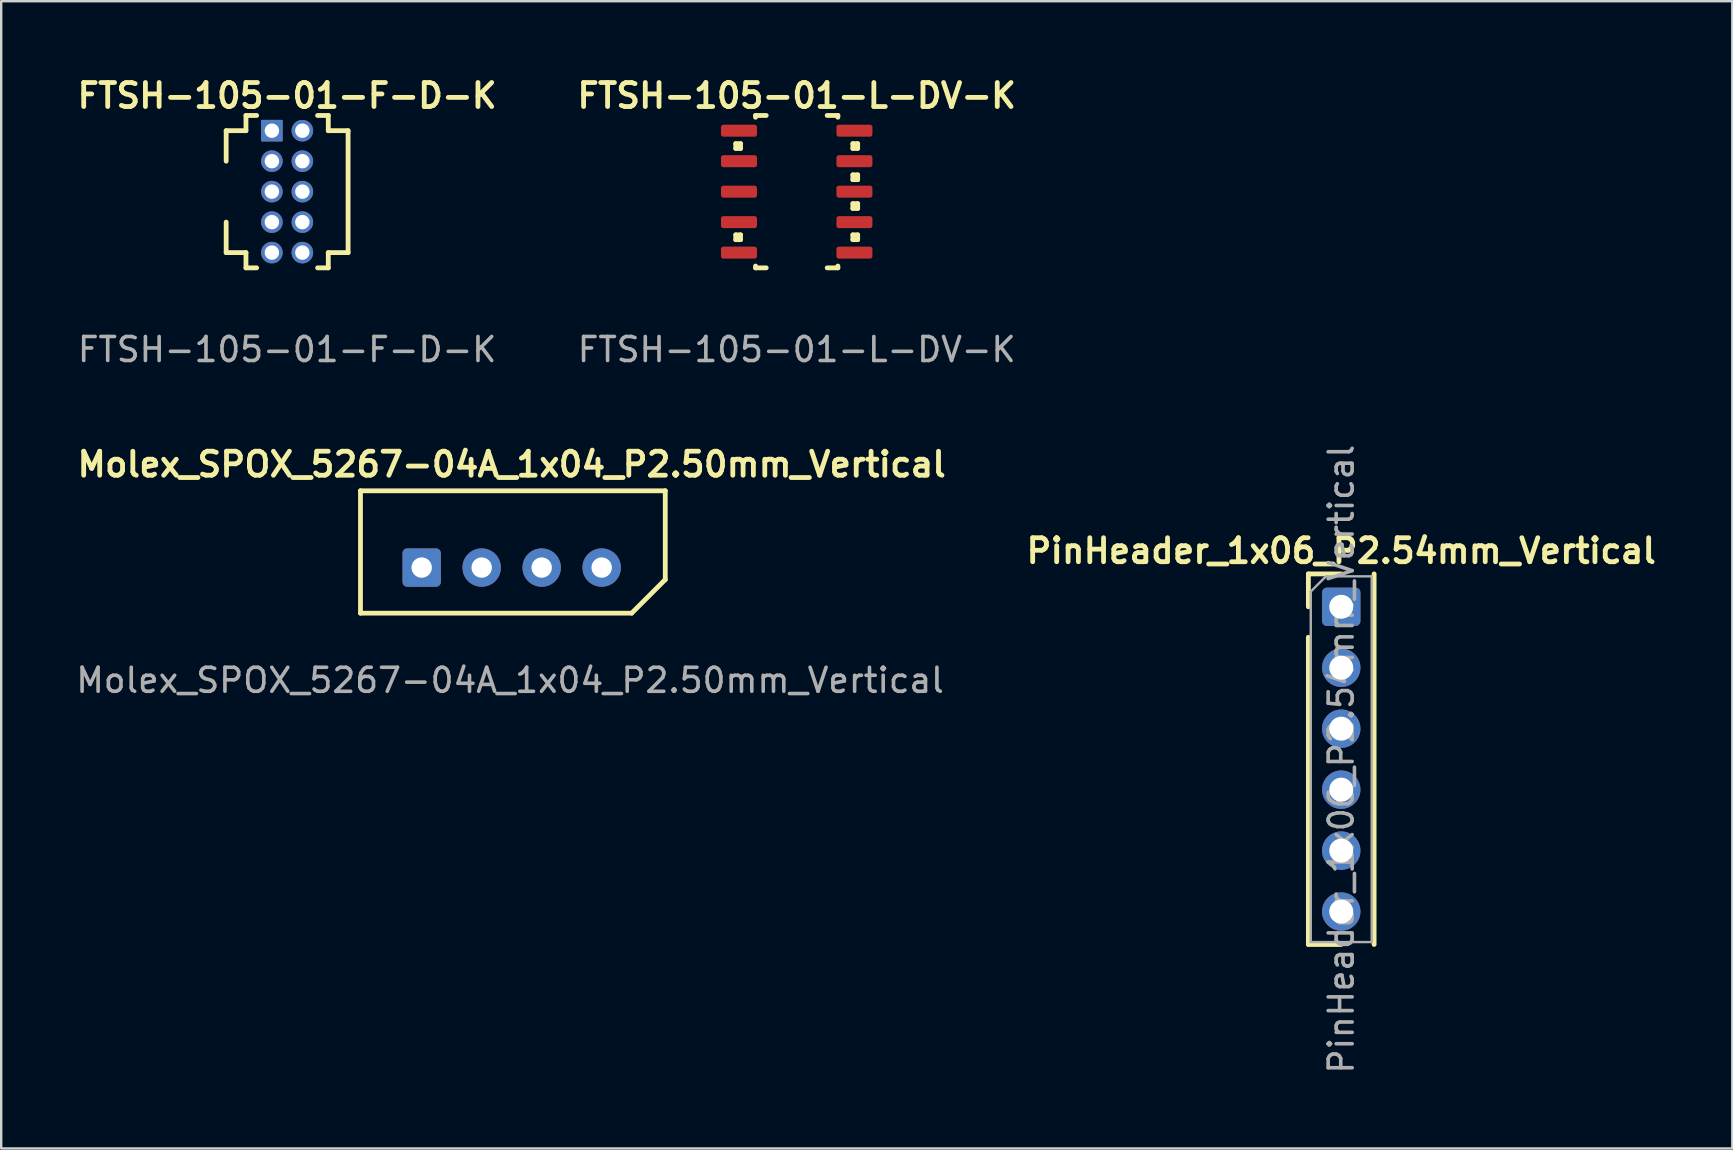
<source format=kicad_pcb>
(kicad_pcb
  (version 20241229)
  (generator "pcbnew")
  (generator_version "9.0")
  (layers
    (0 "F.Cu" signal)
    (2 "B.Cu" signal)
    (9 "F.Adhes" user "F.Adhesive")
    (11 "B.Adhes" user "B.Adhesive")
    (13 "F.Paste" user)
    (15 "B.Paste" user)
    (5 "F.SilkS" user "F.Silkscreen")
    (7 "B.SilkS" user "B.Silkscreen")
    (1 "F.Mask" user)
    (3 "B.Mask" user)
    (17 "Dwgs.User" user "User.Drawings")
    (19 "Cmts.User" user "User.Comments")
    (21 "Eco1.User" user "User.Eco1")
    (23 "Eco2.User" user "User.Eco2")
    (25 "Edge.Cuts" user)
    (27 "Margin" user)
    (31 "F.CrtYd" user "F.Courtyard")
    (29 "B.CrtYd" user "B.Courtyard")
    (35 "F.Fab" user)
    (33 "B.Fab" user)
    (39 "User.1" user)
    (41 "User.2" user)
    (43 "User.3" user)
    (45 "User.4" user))
  (footprint "FTSH-105-01-F-D-K"
    (layer "F.Cu")
    (at 8.914 4.936)
    (property "Reference" "FTSH-105-01-F-D-K" (at 0 -4 0) (unlocked yes) (layer "F.SilkS") (effects (font (size 1 1) (thickness 0.2) (bold yes))))
    (attr through_hole)
    (fp_line (start -2.54 -2.54) (end -2.54 -1.27) (stroke (width 0.2) (type default)) (layer "F.SilkS"))
    (fp_line (start -2.54 1.27) (end -2.54 2.54) (stroke (width 0.2) (type default)) (layer "F.SilkS"))
    (fp_line (start -1.715 -3.175) (end -1.715 -2.54) (stroke (width 0.2) (type default)) (layer "F.SilkS"))
    (fp_line (start -1.715 -2.54) (end -2.54 -2.54) (stroke (width 0.2) (type default)) (layer "F.SilkS"))
    (fp_line (start -1.715 2.54) (end -2.54 2.54) (stroke (width 0.2) (type default)) (layer "F.SilkS"))
    (fp_line (start -1.715 3.175) (end -1.715 2.54) (stroke (width 0.2) (type default)) (layer "F.SilkS"))
    (fp_line (start -1.27 -3.175) (end -1.715 -3.175) (stroke (width 0.2) (type default)) (layer "F.SilkS"))
    (fp_line (start -1.27 3.175) (end -1.715 3.175) (stroke (width 0.2) (type default)) (layer "F.SilkS"))
    (fp_line (start 1.27 -3.175) (end 1.715 -3.175) (stroke (width 0.2) (type default)) (layer "F.SilkS"))
    (fp_line (start 1.27 3.175) (end 1.715 3.175) (stroke (width 0.2) (type default)) (layer "F.SilkS"))
    (fp_line (start 1.715 -3.175) (end 1.715 -2.54) (stroke (width 0.2) (type default)) (layer "F.SilkS"))
    (fp_line (start 1.715 -2.54) (end 2.54 -2.54) (stroke (width 0.2) (type default)) (layer "F.SilkS"))
    (fp_line (start 1.715 2.54) (end 2.54 2.54) (stroke (width 0.2) (type default)) (layer "F.SilkS"))
    (fp_line (start 1.715 3.175) (end 1.715 2.54) (stroke (width 0.2) (type default)) (layer "F.SilkS"))
    (fp_line (start 2.54 -2.54) (end 2.54 2.54) (stroke (width 0.2) (type default)) (layer "F.SilkS"))
    (fp_text user "${REFERENCE}" (at 0 6.58 0) (unlocked yes) (layer "F.Fab") (effects (font (size 1 1) (thickness 0.15))))
    (pad "1" thru_hole roundrect (at -0.635 -2.54) (size 0.9 0.9) (drill 0.6) (layers "*.Cu" "*.Mask") (roundrect_rratio 0.05))
    (pad "2" thru_hole circle (at 0.635 -2.54) (size 0.9 0.9) (drill 0.6) (layers "*.Cu" "*.Mask"))
    (pad "3" thru_hole circle (at -0.635 -1.27) (size 0.9 0.9) (drill 0.6) (layers "*.Cu" "*.Mask"))
    (pad "4" thru_hole circle (at 0.635 -1.27) (size 0.9 0.9) (drill 0.6) (layers "*.Cu" "*.Mask"))
    (pad "5" thru_hole circle (at -0.635 0) (size 0.9 0.9) (drill 0.6) (layers "*.Cu" "*.Mask"))
    (pad "6" thru_hole circle (at 0.635 0) (size 0.9 0.9) (drill 0.6) (layers "*.Cu" "*.Mask"))
    (pad "7" thru_hole circle (at -0.635 1.27) (size 0.9 0.9) (drill 0.6) (layers "*.Cu" "*.Mask"))
    (pad "8" thru_hole circle (at 0.635 1.27) (size 0.9 0.9) (drill 0.6) (layers "*.Cu" "*.Mask"))
    (pad "9" thru_hole circle (at -0.635 2.54) (size 0.9 0.9) (drill 0.6) (layers "*.Cu" "*.Mask"))
    (pad "10" thru_hole circle (at 0.635 2.54) (size 0.9 0.9) (drill 0.6) (layers "*.Cu" "*.Mask")))
  (footprint "Molex_SPOX_5267-04A_1x04_P2.50mm_Vertical"
    (layer "F.Cu")
    (at 14.521 20.6)
    (property "Reference" "Molex_SPOX_5267-04A_1x04_P2.50mm_Vertical" (at 3.75 -4.3 0) (layer "F.SilkS") (effects (font (size 1 1) (thickness 0.2) (bold yes))))
    (attr through_hole)
    (fp_line (start -2.55 -3.2) (end 10.15 -3.2) (stroke (width 0.2) (type solid)) (layer "F.SilkS"))
    (fp_line (start -2.55 1.9) (end -2.55 -3.2) (stroke (width 0.2) (type solid)) (layer "F.SilkS"))
    (fp_line (start 8.75 1.9) (end -2.55 1.9) (stroke (width 0.2) (type solid)) (layer "F.SilkS"))
    (fp_line (start 10.15 0.5) (end 8.75 1.9) (stroke (width 0.2) (type solid)) (layer "F.SilkS"))
    (fp_line (start 10.15 0.5) (end 10.15 -3.2) (stroke (width 0.2) (type solid)) (layer "F.SilkS"))
    (fp_line (start -2.35 -3) (end -2.35 1.7) (stroke (width 0.2) (type default)) (layer "User.1"))
    (fp_line (start -2.35 -3) (end 9.95 -3) (stroke (width 0.2) (type default)) (layer "User.1"))
    (fp_text user "${REFERENCE}" (at 3.683 4.699 0) (layer "F.Fab") (effects (font (size 1 1) (thickness 0.15))))
    (pad "1" thru_hole roundrect (at 0 0) (size 1.6 1.6) (drill 0.85) (layers "*.Cu" "*.Mask") (roundrect_rratio 0.125))
    (pad "2" thru_hole oval (at 2.5 0) (size 1.6 1.6) (drill 0.85) (layers "*.Cu" "*.Mask"))
    (pad "3" thru_hole oval (at 5 0) (size 1.6 1.6) (drill 0.85) (layers "*.Cu" "*.Mask"))
    (pad "4" thru_hole oval (at 7.5 0) (size 1.6 1.6) (drill 0.85) (layers "*.Cu" "*.Mask")))
  (footprint "FTSH-105-01-L-DV-K"
    (layer "F.Cu")
    (at 30.148 4.936)
    (property "Reference" "FTSH-105-01-L-DV-K" (at 0 -4 0) (unlocked yes) (layer "F.SilkS") (effects (font (size 1 1) (thickness 0.2) (bold yes))))
    (attr through_hole)
    (fp_line (start -2.54 -2) (end -2.54 -1.8) (stroke (width 0.2) (type default)) (layer "F.SilkS"))
    (fp_line (start -2.54 -2) (end -2.34 -2) (stroke (width 0.2) (type default)) (layer "F.SilkS"))
    (fp_line (start -2.54 -1.8) (end -2.34 -1.8) (stroke (width 0.2) (type default)) (layer "F.SilkS"))
    (fp_line (start -2.54 1.8) (end -2.54 2) (stroke (width 0.2) (type default)) (layer "F.SilkS"))
    (fp_line (start -2.54 1.8) (end -2.34 1.8) (stroke (width 0.2) (type default)) (layer "F.SilkS"))
    (fp_line (start -2.54 2) (end -2.34 2) (stroke (width 0.2) (type default)) (layer "F.SilkS"))
    (fp_line (start -2.34 -2) (end -2.34 -1.8) (stroke (width 0.2) (type default)) (layer "F.SilkS"))
    (fp_line (start -2.34 1.8) (end -2.34 2) (stroke (width 0.2) (type default)) (layer "F.SilkS"))
    (fp_line (start -1.715 -3.175) (end -1.715 -3.1) (stroke (width 0.2) (type default)) (layer "F.SilkS"))
    (fp_line (start -1.715 3.175) (end -1.715 3.1) (stroke (width 0.2) (type default)) (layer "F.SilkS"))
    (fp_line (start -1.27 -3.175) (end -1.715 -3.175) (stroke (width 0.2) (type default)) (layer "F.SilkS"))
    (fp_line (start -1.27 3.175) (end -1.715 3.175) (stroke (width 0.2) (type default)) (layer "F.SilkS"))
    (fp_line (start 1.27 -3.175) (end 1.715 -3.175) (stroke (width 0.2) (type default)) (layer "F.SilkS"))
    (fp_line (start 1.27 3.175) (end 1.715 3.175) (stroke (width 0.2) (type default)) (layer "F.SilkS"))
    (fp_line (start 1.715 -3.175) (end 1.715 -3.1) (stroke (width 0.2) (type default)) (layer "F.SilkS"))
    (fp_line (start 1.715 3.175) (end 1.715 3.1) (stroke (width 0.2) (type default)) (layer "F.SilkS"))
    (fp_line (start 2.34 -2) (end 2.34 -1.8) (stroke (width 0.2) (type default)) (layer "F.SilkS"))
    (fp_line (start 2.34 -2) (end 2.54 -2) (stroke (width 0.2) (type default)) (layer "F.SilkS"))
    (fp_line (start 2.34 -1.8) (end 2.54 -1.8) (stroke (width 0.2) (type default)) (layer "F.SilkS"))
    (fp_line (start 2.34 -0.7) (end 2.34 -0.5) (stroke (width 0.2) (type default)) (layer "F.SilkS"))
    (fp_line (start 2.34 -0.7) (end 2.54 -0.7) (stroke (width 0.2) (type default)) (layer "F.SilkS"))
    (fp_line (start 2.34 -0.5) (end 2.54 -0.5) (stroke (width 0.2) (type default)) (layer "F.SilkS"))
    (fp_line (start 2.34 0.5) (end 2.34 0.7) (stroke (width 0.2) (type default)) (layer "F.SilkS"))
    (fp_line (start 2.34 0.5) (end 2.54 0.5) (stroke (width 0.2) (type default)) (layer "F.SilkS"))
    (fp_line (start 2.34 0.7) (end 2.54 0.7) (stroke (width 0.2) (type default)) (layer "F.SilkS"))
    (fp_line (start 2.34 1.8) (end 2.34 2) (stroke (width 0.2) (type default)) (layer "F.SilkS"))
    (fp_line (start 2.34 1.8) (end 2.54 1.8) (stroke (width 0.2) (type default)) (layer "F.SilkS"))
    (fp_line (start 2.34 2) (end 2.54 2) (stroke (width 0.2) (type default)) (layer "F.SilkS"))
    (fp_line (start 2.54 -2) (end 2.54 -1.8) (stroke (width 0.2) (type default)) (layer "F.SilkS"))
    (fp_line (start 2.54 -0.7) (end 2.54 -0.5) (stroke (width 0.2) (type default)) (layer "F.SilkS"))
    (fp_line (start 2.54 0.5) (end 2.54 0.7) (stroke (width 0.2) (type default)) (layer "F.SilkS"))
    (fp_line (start 2.54 1.8) (end 2.54 2) (stroke (width 0.2) (type default)) (layer "F.SilkS"))
    (fp_text user "${REFERENCE}" (at 0 6.58 0) (unlocked yes) (layer "F.Fab") (effects (font (size 1 1) (thickness 0.15))))
    (pad "1" smd roundrect (at -2.405 -2.54 90) (size 0.5 1.5) (layers "F.Cu" "F.Mask" "F.Paste") (roundrect_rratio 0.2))
    (pad "2" smd roundrect (at 2.405 -2.54 90) (size 0.5 1.5) (layers "F.Cu" "F.Mask" "F.Paste") (roundrect_rratio 0.2))
    (pad "3" smd roundrect (at -2.405 -1.27 90) (size 0.5 1.5) (layers "F.Cu" "F.Mask" "F.Paste") (roundrect_rratio 0.2))
    (pad "4" smd roundrect (at 2.405 -1.27 90) (size 0.5 1.5) (layers "F.Cu" "F.Mask" "F.Paste") (roundrect_rratio 0.2))
    (pad "5" smd roundrect (at -2.405 0 90) (size 0.5 1.5) (layers "F.Cu" "F.Mask" "F.Paste") (roundrect_rratio 0.2))
    (pad "6" smd roundrect (at 2.405 0 90) (size 0.5 1.5) (layers "F.Cu" "F.Mask" "F.Paste") (roundrect_rratio 0.2))
    (pad "7" smd roundrect (at -2.405 1.27 90) (size 0.5 1.5) (layers "F.Cu" "F.Mask" "F.Paste") (roundrect_rratio 0.2))
    (pad "8" smd roundrect (at 2.405 1.27 90) (size 0.5 1.5) (layers "F.Cu" "F.Mask" "F.Paste") (roundrect_rratio 0.2))
    (pad "9" smd roundrect (at -2.405 2.54 90) (size 0.5 1.5) (layers "F.Cu" "F.Mask" "F.Paste") (roundrect_rratio 0.2))
    (pad "10" smd roundrect (at 2.405 2.54 90) (size 0.5 1.5) (layers "F.Cu" "F.Mask" "F.Paste") (roundrect_rratio 0.2)))
  (footprint "PinHeader_1x06_P2.54mm_Vertical"
    (layer "F.Cu")
    (at 52.838 22.234)
    (property "Reference" "PinHeader_1x06_P2.54mm_Vertical" (at 0 -2.33 0) (layer "F.SilkS") (effects (font (size 1 1) (thickness 0.2) (bold yes))))
    (attr through_hole)
    (fp_line (start -1.37 -1.37) (end 0 -1.37) (stroke (width 0.2) (type solid)) (layer "F.SilkS"))
    (fp_line (start -1.37 0) (end -1.37 -1.37) (stroke (width 0.2) (type solid)) (layer "F.SilkS"))
    (fp_line (start -1.37 1.27) (end -1.37 14.07) (stroke (width 0.2) (type solid)) (layer "F.SilkS"))
    (fp_line (start -1.37 14.07) (end 0 14.07) (stroke (width 0.2) (type solid)) (layer "F.SilkS"))
    (fp_line (start 1.37 -1.37) (end 1.37 14.07) (stroke (width 0.2) (type default)) (layer "F.SilkS"))
    (fp_line (start -1.27 -0.635) (end -0.635 -1.27) (stroke (width 0.1) (type solid)) (layer "F.Fab"))
    (fp_line (start -1.27 13.97) (end -1.27 -0.635) (stroke (width 0.1) (type solid)) (layer "F.Fab"))
    (fp_line (start -0.635 -1.27) (end 1.27 -1.27) (stroke (width 0.1) (type solid)) (layer "F.Fab"))
    (fp_line (start 1.27 -1.27) (end 1.27 13.97) (stroke (width 0.1) (type solid)) (layer "F.Fab"))
    (fp_line (start 1.27 13.97) (end -1.27 13.97) (stroke (width 0.1) (type solid)) (layer "F.Fab"))
    (fp_text user "${REFERENCE}" (at 0 6.35 90) (layer "F.Fab") (effects (font (size 1 1) (thickness 0.15))))
    (pad "1" thru_hole roundrect (at 0 0) (size 1.6 1.6) (drill 1) (layers "*.Cu" "*.Mask") (roundrect_rratio 0.125))
    (pad "2" thru_hole oval (at 0 2.54) (size 1.6 1.6) (drill 1) (layers "*.Cu" "*.Mask"))
    (pad "3" thru_hole oval (at 0 5.08) (size 1.6 1.6) (drill 1) (layers "*.Cu" "*.Mask"))
    (pad "4" thru_hole oval (at 0 7.62) (size 1.6 1.6) (drill 1) (layers "*.Cu" "*.Mask"))
    (pad "5" thru_hole oval (at 0 10.16) (size 1.6 1.6) (drill 1) (layers "*.Cu" "*.Mask"))
    (pad "6" thru_hole oval (at 0 12.7) (size 1.6 1.6) (drill 1) (layers "*.Cu" "*.Mask")))
  (gr_rect
    (start -3 -3)
    (end 69.133 44.805)
    (stroke (width 0.1) (type default))
    (fill no)
    (layer "Edge.Cuts")))
</source>
